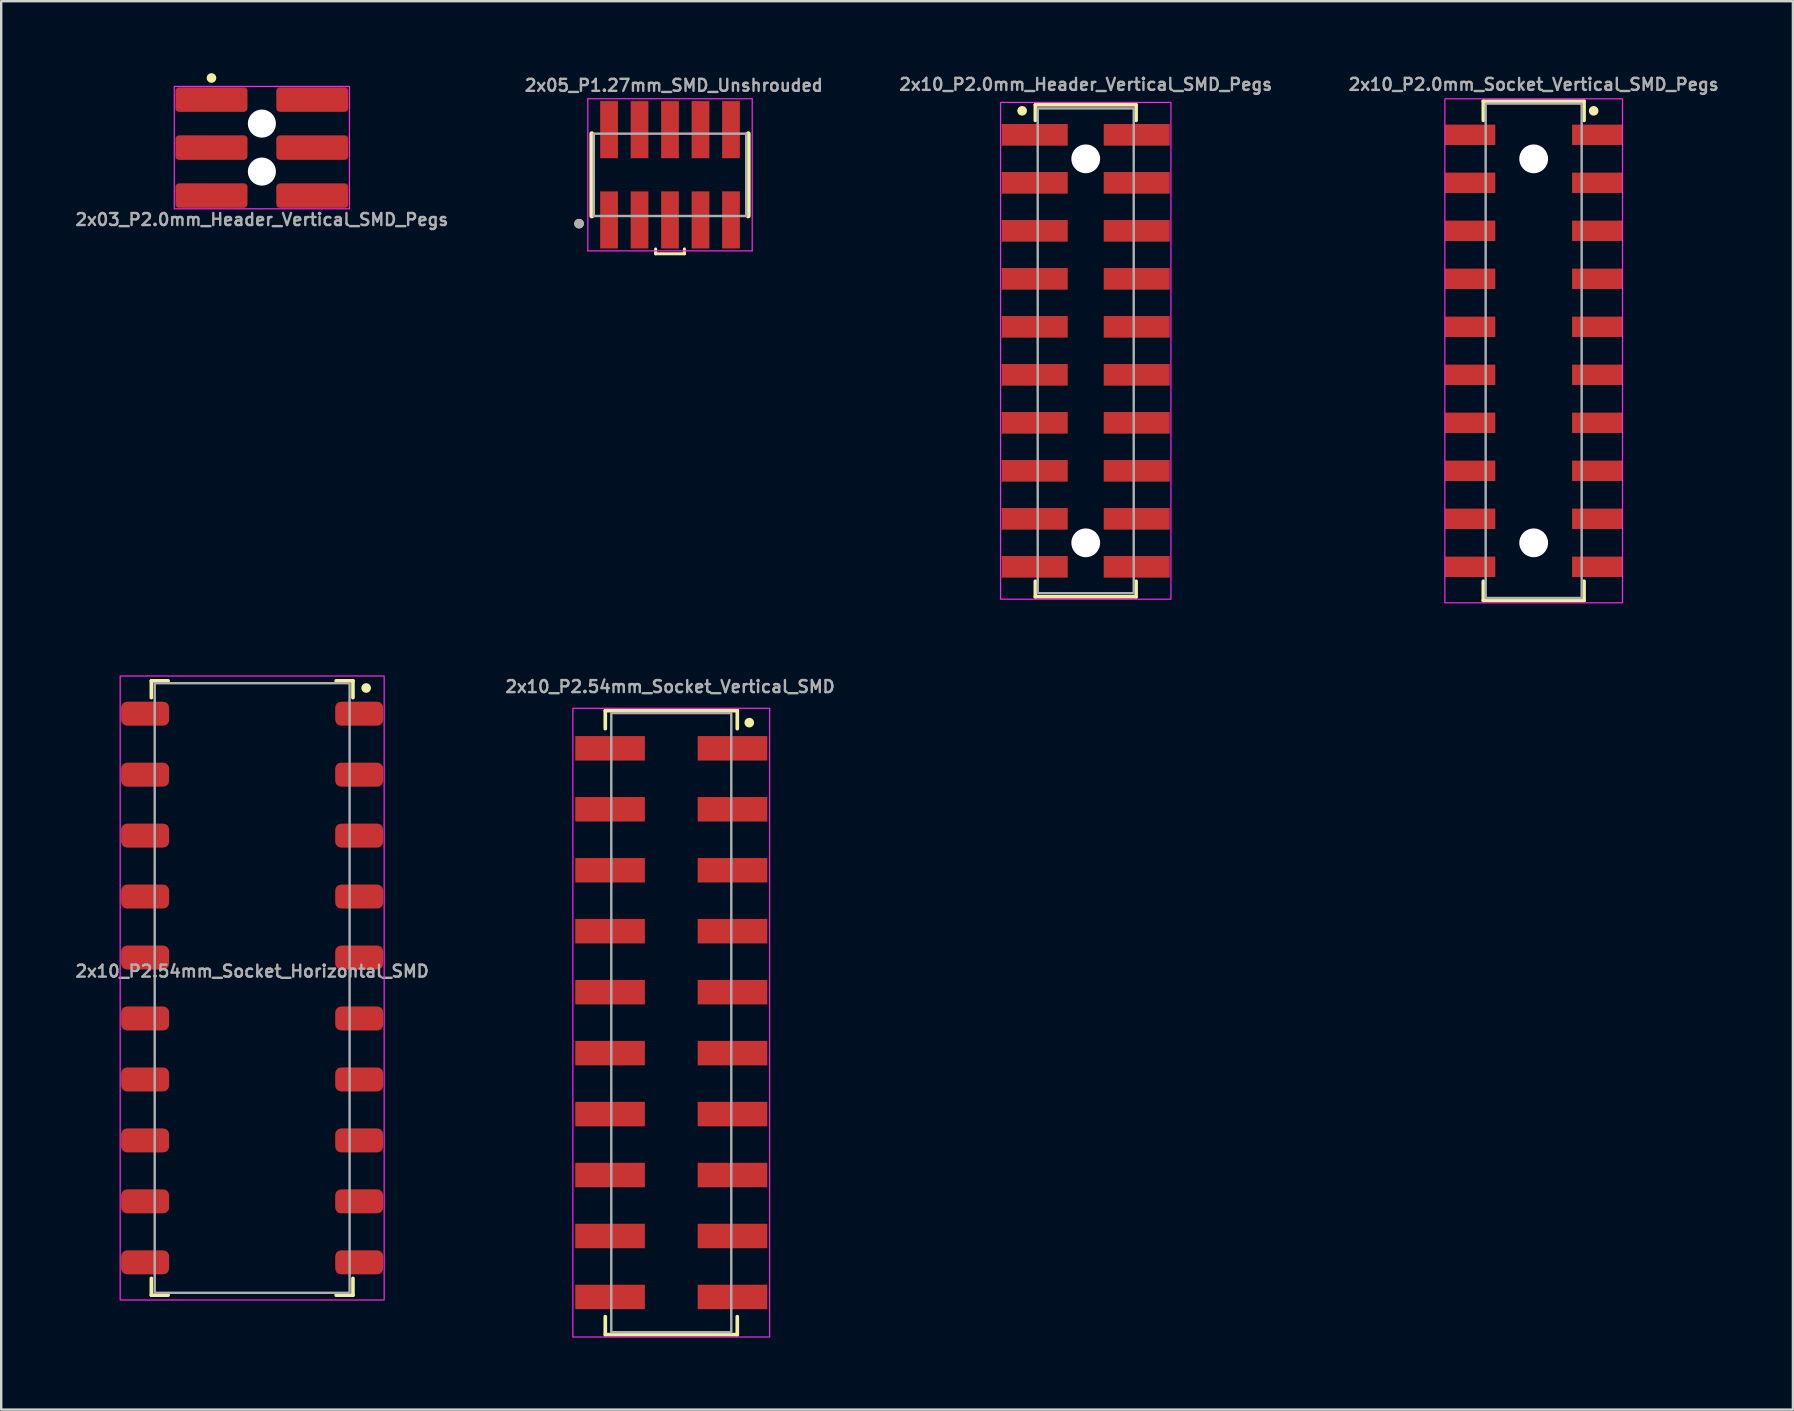
<source format=kicad_pcb>
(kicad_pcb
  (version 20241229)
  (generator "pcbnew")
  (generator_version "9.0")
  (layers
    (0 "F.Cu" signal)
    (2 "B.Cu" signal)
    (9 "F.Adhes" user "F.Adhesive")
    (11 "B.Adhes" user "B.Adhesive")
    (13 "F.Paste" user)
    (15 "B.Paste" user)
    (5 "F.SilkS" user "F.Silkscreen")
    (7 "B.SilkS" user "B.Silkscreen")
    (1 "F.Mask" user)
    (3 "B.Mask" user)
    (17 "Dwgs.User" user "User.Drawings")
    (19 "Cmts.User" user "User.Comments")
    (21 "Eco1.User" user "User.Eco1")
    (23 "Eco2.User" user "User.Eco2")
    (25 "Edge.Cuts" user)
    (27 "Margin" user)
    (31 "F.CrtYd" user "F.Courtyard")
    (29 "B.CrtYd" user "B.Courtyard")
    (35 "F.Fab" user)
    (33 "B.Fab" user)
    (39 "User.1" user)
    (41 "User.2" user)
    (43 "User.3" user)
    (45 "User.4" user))
  (footprint "2x10_P2.54mm_Socket_Vertical_SMD"
    (layer "F.Cu")
    (at 24.921 39.561)
    (property "Reference" "2x10_P2.54mm_Socket_Vertical_SMD" (at -0.05 -14 0) (unlocked yes) (layer "F.Fab") (effects (font (size 0.5 0.5) (thickness 0.1))))
    (attr smd)
    (fp_line (start -2.75 -13) (end 2.75 -13) (stroke (width 0.152) (type default)) (layer "F.SilkS"))
    (fp_line (start -2.75 -12.25) (end -2.75 -13) (stroke (width 0.152) (type default)) (layer "F.SilkS"))
    (fp_line (start -2.75 13) (end -2.75 12.25) (stroke (width 0.152) (type default)) (layer "F.SilkS"))
    (fp_line (start 2.75 -13) (end 2.75 -12.25) (stroke (width 0.152) (type default)) (layer "F.SilkS"))
    (fp_line (start 2.75 12.25) (end 2.75 13) (stroke (width 0.152) (type default)) (layer "F.SilkS"))
    (fp_line (start 2.75 13) (end -2.75 13) (stroke (width 0.152) (type default)) (layer "F.SilkS"))
    (fp_circle (center 3.25 -12.5) (end 3.35 -12.5) (stroke (width 0.2) (type solid)) (fill yes) (layer "F.SilkS"))
    (fp_rect (start -4.1 -13.1) (end 4.1 13.1) (stroke (width 0.05) (type default)) (fill no) (layer "F.CrtYd"))
    (fp_rect (start -2.5 -12.9) (end 2.5 12.9) (stroke (width 0.1) (type default)) (fill no) (layer "F.Fab"))
    (pad "1" smd rect (at 2.55 -11.43) (size 2.9 1.02) (layers "F.Cu" "F.Mask" "F.Paste"))
    (pad "2" smd rect (at -2.55 -11.43) (size 2.9 1.02) (layers "F.Cu" "F.Mask" "F.Paste"))
    (pad "3" smd rect (at 2.55 -8.89) (size 2.9 1.02) (layers "F.Cu" "F.Mask" "F.Paste"))
    (pad "4" smd rect (at -2.55 -8.89) (size 2.9 1.02) (layers "F.Cu" "F.Mask" "F.Paste"))
    (pad "5" smd rect (at 2.55 -6.35) (size 2.9 1.02) (layers "F.Cu" "F.Mask" "F.Paste"))
    (pad "6" smd rect (at -2.55 -6.35) (size 2.9 1.02) (layers "F.Cu" "F.Mask" "F.Paste"))
    (pad "7" smd rect (at 2.55 -3.81) (size 2.9 1.02) (layers "F.Cu" "F.Mask" "F.Paste"))
    (pad "8" smd rect (at -2.55 -3.81) (size 2.9 1.02) (layers "F.Cu" "F.Mask" "F.Paste"))
    (pad "9" smd rect (at 2.55 -1.27) (size 2.9 1.02) (layers "F.Cu" "F.Mask" "F.Paste"))
    (pad "10" smd rect (at -2.55 -1.27) (size 2.9 1.02) (layers "F.Cu" "F.Mask" "F.Paste"))
    (pad "11" smd rect (at 2.55 1.27) (size 2.9 1.02) (layers "F.Cu" "F.Mask" "F.Paste"))
    (pad "12" smd rect (at -2.55 1.27) (size 2.9 1.02) (layers "F.Cu" "F.Mask" "F.Paste"))
    (pad "13" smd rect (at 2.55 3.81) (size 2.9 1.02) (layers "F.Cu" "F.Mask" "F.Paste"))
    (pad "14" smd rect (at -2.55 3.81) (size 2.9 1.02) (layers "F.Cu" "F.Mask" "F.Paste"))
    (pad "15" smd rect (at 2.55 6.35) (size 2.9 1.02) (layers "F.Cu" "F.Mask" "F.Paste"))
    (pad "16" smd rect (at -2.55 6.35) (size 2.9 1.02) (layers "F.Cu" "F.Mask" "F.Paste"))
    (pad "17" smd rect (at 2.55 8.89) (size 2.9 1.02) (layers "F.Cu" "F.Mask" "F.Paste"))
    (pad "18" smd rect (at -2.55 8.89) (size 2.9 1.02) (layers "F.Cu" "F.Mask" "F.Paste"))
    (pad "19" smd rect (at 2.55 11.43) (size 2.9 1.02) (layers "F.Cu" "F.Mask" "F.Paste"))
    (pad "20" smd rect (at -2.55 11.43) (size 2.9 1.02) (layers "F.Cu" "F.Mask" "F.Paste")))
  (footprint "2x10_P2.0mm_Socket_Vertical_SMD_Pegs"
    (layer "F.Cu")
    (at 60.855 11.568)
    (property "Reference" "2x10_P2.0mm_Socket_Vertical_SMD_Pegs" (at 0 -11.1 0) (unlocked yes) (layer "F.Fab") (effects (font (size 0.5 0.5) (thickness 0.1))))
    (attr smd)
    (fp_line (start -2.1 -10.4) (end 2.1 -10.4) (stroke (width 0.15) (type default)) (layer "F.SilkS"))
    (fp_line (start -2.1 -9.6) (end -2.1 -10.4) (stroke (width 0.15) (type default)) (layer "F.SilkS"))
    (fp_line (start -2.1 10.4) (end -2.1 9.6) (stroke (width 0.15) (type default)) (layer "F.SilkS"))
    (fp_line (start 2.1 -10.4) (end 2.1 -9.6) (stroke (width 0.15) (type default)) (layer "F.SilkS"))
    (fp_line (start 2.1 9.6) (end 2.1 10.4) (stroke (width 0.15) (type default)) (layer "F.SilkS"))
    (fp_line (start 2.1 10.4) (end -2.1 10.4) (stroke (width 0.15) (type default)) (layer "F.SilkS"))
    (fp_circle (center 2.5 -10) (end 2.6 -10) (stroke (width 0.2) (type solid)) (fill yes) (layer "F.SilkS"))
    (fp_rect (start -3.7 -10.5) (end 3.7 10.5) (stroke (width 0.05) (type default)) (fill no) (layer "F.CrtYd"))
    (fp_rect (start -2 -10.3) (end 2 10.3) (stroke (width 0.1) (type default)) (fill no) (layer "F.Fab"))
    (pad "" np_thru_hole circle (at 0 -8) (size 1.2 1.2) (drill 1.2) (layers "*.Cu" "*.Mask"))
    (pad "" np_thru_hole circle (at 0 8) (size 1.2 1.2) (drill 1.2) (layers "*.Cu" "*.Mask"))
    (pad "1" smd rect (at 2.65 -9) (size 2.1 0.85) (layers "F.Cu" "F.Mask" "F.Paste"))
    (pad "2" smd rect (at -2.65 -9) (size 2.1 0.85) (layers "F.Cu" "F.Mask" "F.Paste"))
    (pad "3" smd rect (at 2.65 -7) (size 2.1 0.85) (layers "F.Cu" "F.Mask" "F.Paste"))
    (pad "4" smd rect (at -2.65 -7) (size 2.1 0.85) (layers "F.Cu" "F.Mask" "F.Paste"))
    (pad "5" smd rect (at 2.65 -5) (size 2.1 0.85) (layers "F.Cu" "F.Mask" "F.Paste"))
    (pad "6" smd rect (at -2.65 -5) (size 2.1 0.85) (layers "F.Cu" "F.Mask" "F.Paste"))
    (pad "7" smd rect (at 2.65 -3) (size 2.1 0.85) (layers "F.Cu" "F.Mask" "F.Paste"))
    (pad "8" smd rect (at -2.65 -3) (size 2.1 0.85) (layers "F.Cu" "F.Mask" "F.Paste"))
    (pad "9" smd rect (at 2.65 -1) (size 2.1 0.85) (layers "F.Cu" "F.Mask" "F.Paste"))
    (pad "10" smd rect (at -2.65 -1) (size 2.1 0.85) (layers "F.Cu" "F.Mask" "F.Paste"))
    (pad "11" smd rect (at 2.65 1) (size 2.1 0.85) (layers "F.Cu" "F.Mask" "F.Paste"))
    (pad "12" smd rect (at -2.65 1) (size 2.1 0.85) (layers "F.Cu" "F.Mask" "F.Paste"))
    (pad "13" smd rect (at 2.65 3) (size 2.1 0.85) (layers "F.Cu" "F.Mask" "F.Paste"))
    (pad "14" smd rect (at -2.65 3) (size 2.1 0.85) (layers "F.Cu" "F.Mask" "F.Paste"))
    (pad "15" smd rect (at 2.65 5) (size 2.1 0.85) (layers "F.Cu" "F.Mask" "F.Paste"))
    (pad "16" smd rect (at -2.65 5) (size 2.1 0.85) (layers "F.Cu" "F.Mask" "F.Paste"))
    (pad "17" smd rect (at 2.65 7) (size 2.1 0.85) (layers "F.Cu" "F.Mask" "F.Paste"))
    (pad "18" smd rect (at -2.65 7) (size 2.1 0.85) (layers "F.Cu" "F.Mask" "F.Paste"))
    (pad "19" smd rect (at 2.65 9) (size 2.1 0.85) (layers "F.Cu" "F.Mask" "F.Paste"))
    (pad "20" smd rect (at -2.65 9) (size 2.1 0.85) (layers "F.Cu" "F.Mask" "F.Paste")))
  (footprint "2x05_P1.27mm_SMD_Unshrouded"
    (layer "F.Cu")
    (at 24.868 4.234)
    (property "Reference" "2x05_P1.27mm_SMD_Unshrouded" (at 0.158 -3.434 0) (unlocked yes) (layer "F.Fab") (effects (font (size 0.5 0.5) (thickness 0.1) (bold yes)) (justify bottom)))
    (attr smd)
    (fp_line (start -3.26 -1.715) (end -3.26 1.715) (stroke (width 0.2) (type solid)) (layer "F.SilkS"))
    (fp_line (start -0.6 3.09) (end -0.6 3.29) (stroke (width 0.127) (type solid)) (layer "F.SilkS"))
    (fp_line (start -0.6 3.29) (end 0.6 3.29) (stroke (width 0.127) (type solid)) (layer "F.SilkS"))
    (fp_line (start 0.6 3.29) (end 0.6 3.09) (stroke (width 0.127) (type solid)) (layer "F.SilkS"))
    (fp_line (start 3.26 1.715) (end 3.26 -1.715) (stroke (width 0.2) (type solid)) (layer "F.SilkS"))
    (fp_circle (center -3.79 2.035) (end -3.69 2.035) (stroke (width 0.2) (type solid)) (fill no) (layer "F.SilkS"))
    (fp_line (start -3.425 -3.17) (end 3.425 -3.17) (stroke (width 0.05) (type solid)) (layer "F.CrtYd"))
    (fp_line (start -3.425 3.17) (end -3.425 -3.17) (stroke (width 0.05) (type solid)) (layer "F.CrtYd"))
    (fp_line (start 3.425 -3.17) (end 3.425 3.17) (stroke (width 0.05) (type solid)) (layer "F.CrtYd"))
    (fp_line (start 3.425 3.17) (end -3.425 3.17) (stroke (width 0.05) (type solid)) (layer "F.CrtYd"))
    (fp_line (start -3.175 1.715) (end -3.175 -1.715) (stroke (width 0.1) (type solid)) (layer "F.Fab"))
    (fp_line (start -3.175 1.715) (end 3.175 1.715) (stroke (width 0.1) (type solid)) (layer "F.Fab"))
    (fp_line (start 3.175 -1.715) (end -3.175 -1.715) (stroke (width 0.1) (type solid)) (layer "F.Fab"))
    (fp_line (start 3.175 1.715) (end 3.175 -1.715) (stroke (width 0.1) (type solid)) (layer "F.Fab"))
    (fp_circle (center -3.79 2.035) (end -3.69 2.035) (stroke (width 0.2) (type solid)) (fill no) (layer "F.Fab"))
    (pad "1" smd rect (at -2.54 1.88) (size 0.74 2.38) (layers "F.Cu" "F.Mask" "F.Paste"))
    (pad "2" smd rect (at -2.54 -1.88) (size 0.74 2.38) (layers "F.Cu" "F.Mask" "F.Paste"))
    (pad "3" smd rect (at -1.27 1.88) (size 0.74 2.38) (layers "F.Cu" "F.Mask" "F.Paste"))
    (pad "4" smd rect (at -1.27 -1.88) (size 0.74 2.38) (layers "F.Cu" "F.Mask" "F.Paste"))
    (pad "5" smd rect (at 0 1.88) (size 0.74 2.38) (layers "F.Cu" "F.Mask" "F.Paste"))
    (pad "6" smd rect (at 0 -1.88) (size 0.74 2.38) (layers "F.Cu" "F.Mask" "F.Paste"))
    (pad "7" smd rect (at 1.27 1.88) (size 0.74 2.38) (layers "F.Cu" "F.Mask" "F.Paste"))
    (pad "8" smd rect (at 1.27 -1.88) (size 0.74 2.38) (layers "F.Cu" "F.Mask" "F.Paste"))
    (pad "9" smd rect (at 2.54 1.88) (size 0.74 2.38) (layers "F.Cu" "F.Mask" "F.Paste"))
    (pad "10" smd rect (at 2.54 -1.88) (size 0.74 2.38) (layers "F.Cu" "F.Mask" "F.Paste")))
  (footprint "2x03_P2.0mm_Header_Vertical_SMD_Pegs"
    (layer "F.Cu")
    (at 7.862 3.1)
    (property "Reference" "2x03_P2.0mm_Header_Vertical_SMD_Pegs" (at 0 3 0) (unlocked yes) (layer "F.Fab") (effects (font (size 0.5 0.5) (thickness 0.1))))
    (attr smd)
    (fp_circle (center -2.1 -2.9) (end -2 -2.9) (stroke (width 0.2) (type solid)) (fill yes) (layer "F.SilkS"))
    (fp_rect (start -3.65 -2.55) (end 3.65 2.55) (stroke (width 0.05) (type default)) (fill no) (layer "F.CrtYd"))
    (pad "" np_thru_hole circle (at 0 -1) (size 1.17 1.17) (drill 1.17) (layers "*.Cu" "*.Mask"))
    (pad "" np_thru_hole circle (at 0 1) (size 1.17 1.17) (drill 1.17) (layers "*.Cu" "*.Mask"))
    (pad "1" smd roundrect (at -2.1 -2) (size 3 1.02) (layers "F.Cu" "F.Mask" "F.Paste") (roundrect_rratio 0.15))
    (pad "2" smd roundrect (at -2.1 0) (size 3 1.02) (layers "F.Cu" "F.Mask" "F.Paste") (roundrect_rratio 0.15))
    (pad "3" smd roundrect (at -2.1 2) (size 3 1.02) (layers "F.Cu" "F.Mask" "F.Paste") (roundrect_rratio 0.15))
    (pad "4" smd roundrect (at 2.1 2) (size 3 1.02) (layers "F.Cu" "F.Mask" "F.Paste") (roundrect_rratio 0.15))
    (pad "5" smd roundrect (at 2.1 0) (size 3 1.02) (layers "F.Cu" "F.Mask" "F.Paste") (roundrect_rratio 0.15))
    (pad "6" smd roundrect (at 2.1 -2) (size 3 1.02) (layers "F.Cu" "F.Mask" "F.Paste") (roundrect_rratio 0.15)))
  (footprint "2x10_P2.0mm_Header_Vertical_SMD_Pegs"
    (layer "F.Cu")
    (at 42.19 11.568)
    (property "Reference" "2x10_P2.0mm_Header_Vertical_SMD_Pegs" (at 0 -11.1 0) (unlocked yes) (layer "F.Fab") (effects (font (size 0.5 0.5) (thickness 0.1))))
    (attr smd)
    (fp_line (start -2.1 -10.25) (end 2.1 -10.25) (stroke (width 0.15) (type default)) (layer "F.SilkS"))
    (fp_line (start -2.1 -9.6) (end -2.1 -10.25) (stroke (width 0.15) (type default)) (layer "F.SilkS"))
    (fp_line (start -2.1 10.25) (end -2.1 9.6) (stroke (width 0.15) (type default)) (layer "F.SilkS"))
    (fp_line (start 2.1 -10.25) (end 2.1 -9.6) (stroke (width 0.15) (type default)) (layer "F.SilkS"))
    (fp_line (start 2.1 9.6) (end 2.1 10.25) (stroke (width 0.15) (type default)) (layer "F.SilkS"))
    (fp_line (start 2.1 10.25) (end -2.1 10.25) (stroke (width 0.15) (type default)) (layer "F.SilkS"))
    (fp_circle (center -2.65 -10) (end -2.55 -10) (stroke (width 0.2) (type solid)) (fill yes) (layer "F.SilkS"))
    (fp_rect (start -3.55 -10.35) (end 3.55 10.35) (stroke (width 0.05) (type default)) (fill no) (layer "F.CrtYd"))
    (fp_rect (start -2 -10.1) (end 2 10.1) (stroke (width 0.1) (type default)) (fill no) (layer "F.Fab"))
    (pad "" np_thru_hole circle (at 0 -8) (size 1.2 1.2) (drill 1.2) (layers "*.Cu" "*.Mask"))
    (pad "" np_thru_hole circle (at 0 8) (size 1.2 1.2) (drill 1.2) (layers "*.Cu" "*.Mask"))
    (pad "1" smd rect (at -2.125 -9) (size 2.75 0.9) (layers "F.Cu" "F.Mask" "F.Paste"))
    (pad "2" smd rect (at 2.125 -9) (size 2.75 0.9) (layers "F.Cu" "F.Mask" "F.Paste"))
    (pad "3" smd rect (at -2.125 -7) (size 2.75 0.9) (layers "F.Cu" "F.Mask" "F.Paste"))
    (pad "4" smd rect (at 2.125 -7) (size 2.75 0.9) (layers "F.Cu" "F.Mask" "F.Paste"))
    (pad "5" smd rect (at -2.125 -5) (size 2.75 0.9) (layers "F.Cu" "F.Mask" "F.Paste"))
    (pad "6" smd rect (at 2.125 -5) (size 2.75 0.9) (layers "F.Cu" "F.Mask" "F.Paste"))
    (pad "7" smd rect (at -2.125 -3) (size 2.75 0.9) (layers "F.Cu" "F.Mask" "F.Paste"))
    (pad "8" smd rect (at 2.125 -3) (size 2.75 0.9) (layers "F.Cu" "F.Mask" "F.Paste"))
    (pad "9" smd rect (at -2.125 -1) (size 2.75 0.9) (layers "F.Cu" "F.Mask" "F.Paste"))
    (pad "10" smd rect (at 2.125 -1) (size 2.75 0.9) (layers "F.Cu" "F.Mask" "F.Paste"))
    (pad "11" smd rect (at -2.125 1) (size 2.75 0.9) (layers "F.Cu" "F.Mask" "F.Paste"))
    (pad "12" smd rect (at 2.125 1) (size 2.75 0.9) (layers "F.Cu" "F.Mask" "F.Paste"))
    (pad "13" smd rect (at -2.125 3) (size 2.75 0.9) (layers "F.Cu" "F.Mask" "F.Paste"))
    (pad "14" smd rect (at 2.125 3) (size 2.75 0.9) (layers "F.Cu" "F.Mask" "F.Paste"))
    (pad "15" smd rect (at -2.125 5) (size 2.75 0.9) (layers "F.Cu" "F.Mask" "F.Paste"))
    (pad "16" smd rect (at 2.125 5) (size 2.75 0.9) (layers "F.Cu" "F.Mask" "F.Paste"))
    (pad "17" smd rect (at -2.125 7) (size 2.75 0.9) (layers "F.Cu" "F.Mask" "F.Paste"))
    (pad "18" smd rect (at 2.125 7) (size 2.75 0.9) (layers "F.Cu" "F.Mask" "F.Paste"))
    (pad "19" smd rect (at -2.125 9) (size 2.75 0.9) (layers "F.Cu" "F.Mask" "F.Paste"))
    (pad "20" smd rect (at 2.125 9) (size 2.75 0.9) (layers "F.Cu" "F.Mask" "F.Paste")))
  (footprint "2x10_P2.54mm_Socket_Horizontal_SMD"
    (layer "F.Cu")
    (at 7.457 38.118)
    (property "Reference" "2x10_P2.54mm_Socket_Horizontal_SMD" (at 0 -0.7 0) (unlocked yes) (layer "F.Fab") (effects (font (size 0.5 0.5) (thickness 0.1))))
    (attr smd)
    (fp_line (start -4.2 -12.8) (end -3.5 -12.8) (stroke (width 0.152) (type default)) (layer "F.SilkS"))
    (fp_line (start -4.2 -12.1) (end -4.2 -12.8) (stroke (width 0.152) (type default)) (layer "F.SilkS"))
    (fp_line (start -4.2 12.8) (end -4.2 12.1) (stroke (width 0.152) (type default)) (layer "F.SilkS"))
    (fp_line (start -3.5 12.8) (end -4.2 12.8) (stroke (width 0.152) (type default)) (layer "F.SilkS"))
    (fp_line (start 3.5 -12.8) (end 4.2 -12.8) (stroke (width 0.152) (type default)) (layer "F.SilkS"))
    (fp_line (start 4.2 -12.8) (end 4.2 -12.1) (stroke (width 0.152) (type default)) (layer "F.SilkS"))
    (fp_line (start 4.2 12.1) (end 4.2 12.8) (stroke (width 0.152) (type default)) (layer "F.SilkS"))
    (fp_line (start 4.2 12.8) (end 3.5 12.8) (stroke (width 0.152) (type default)) (layer "F.SilkS"))
    (fp_circle (center 4.75 -12.5) (end 4.85 -12.5) (stroke (width 0.2) (type solid)) (fill yes) (layer "F.SilkS"))
    (fp_rect (start -5.5 -13) (end 5.5 13) (stroke (width 0.05) (type default)) (fill no) (layer "F.CrtYd"))
    (fp_rect (start -4.06 -12.7) (end 4.06 12.7) (stroke (width 0.1) (type default)) (fill no) (layer "F.Fab"))
    (pad "1" smd roundrect (at 4.46 -11.43 90) (size 1 2) (layers "F.Cu" "F.Mask" "F.Paste") (roundrect_rratio 0.25))
    (pad "2" smd roundrect (at -4.46 -11.43 90) (size 1 2) (layers "F.Cu" "F.Mask" "F.Paste") (roundrect_rratio 0.25))
    (pad "3" smd roundrect (at 4.46 -8.89 90) (size 1 2) (layers "F.Cu" "F.Mask" "F.Paste") (roundrect_rratio 0.25))
    (pad "4" smd roundrect (at -4.46 -8.89 90) (size 1 2) (layers "F.Cu" "F.Mask" "F.Paste") (roundrect_rratio 0.25))
    (pad "5" smd roundrect (at 4.46 -6.35 90) (size 1 2) (layers "F.Cu" "F.Mask" "F.Paste") (roundrect_rratio 0.25))
    (pad "6" smd roundrect (at -4.46 -6.35 90) (size 1 2) (layers "F.Cu" "F.Mask" "F.Paste") (roundrect_rratio 0.25))
    (pad "7" smd roundrect (at 4.46 -3.81 90) (size 1 2) (layers "F.Cu" "F.Mask" "F.Paste") (roundrect_rratio 0.25))
    (pad "8" smd roundrect (at -4.46 -3.81 90) (size 1 2) (layers "F.Cu" "F.Mask" "F.Paste") (roundrect_rratio 0.25))
    (pad "9" smd roundrect (at 4.46 -1.27 90) (size 1 2) (layers "F.Cu" "F.Mask" "F.Paste") (roundrect_rratio 0.25))
    (pad "10" smd roundrect (at -4.46 -1.27 90) (size 1 2) (layers "F.Cu" "F.Mask" "F.Paste") (roundrect_rratio 0.25))
    (pad "11" smd roundrect (at 4.46 1.27 90) (size 1 2) (layers "F.Cu" "F.Mask" "F.Paste") (roundrect_rratio 0.25))
    (pad "12" smd roundrect (at -4.46 1.27 90) (size 1 2) (layers "F.Cu" "F.Mask" "F.Paste") (roundrect_rratio 0.25))
    (pad "13" smd roundrect (at 4.46 3.81 90) (size 1 2) (layers "F.Cu" "F.Mask" "F.Paste") (roundrect_rratio 0.25))
    (pad "14" smd roundrect (at -4.46 3.81 90) (size 1 2) (layers "F.Cu" "F.Mask" "F.Paste") (roundrect_rratio 0.25))
    (pad "15" smd roundrect (at 4.46 6.35 90) (size 1 2) (layers "F.Cu" "F.Mask" "F.Paste") (roundrect_rratio 0.25))
    (pad "16" smd roundrect (at -4.46 6.35 90) (size 1 2) (layers "F.Cu" "F.Mask" "F.Paste") (roundrect_rratio 0.25))
    (pad "17" smd roundrect (at 4.46 8.89 90) (size 1 2) (layers "F.Cu" "F.Mask" "F.Paste") (roundrect_rratio 0.25))
    (pad "18" smd roundrect (at -4.46 8.89 90) (size 1 2) (layers "F.Cu" "F.Mask" "F.Paste") (roundrect_rratio 0.25))
    (pad "19" smd roundrect (at 4.46 11.43 90) (size 1 2) (layers "F.Cu" "F.Mask" "F.Paste") (roundrect_rratio 0.25))
    (pad "20" smd roundrect (at -4.46 11.43 90) (size 1 2) (layers "F.Cu" "F.Mask" "F.Paste") (roundrect_rratio 0.25)))
  (gr_rect
    (start -3 -3)
    (end 71.657 55.686)
    (stroke (width 0.1) (type default))
    (fill no)
    (layer "Edge.Cuts")))
</source>
